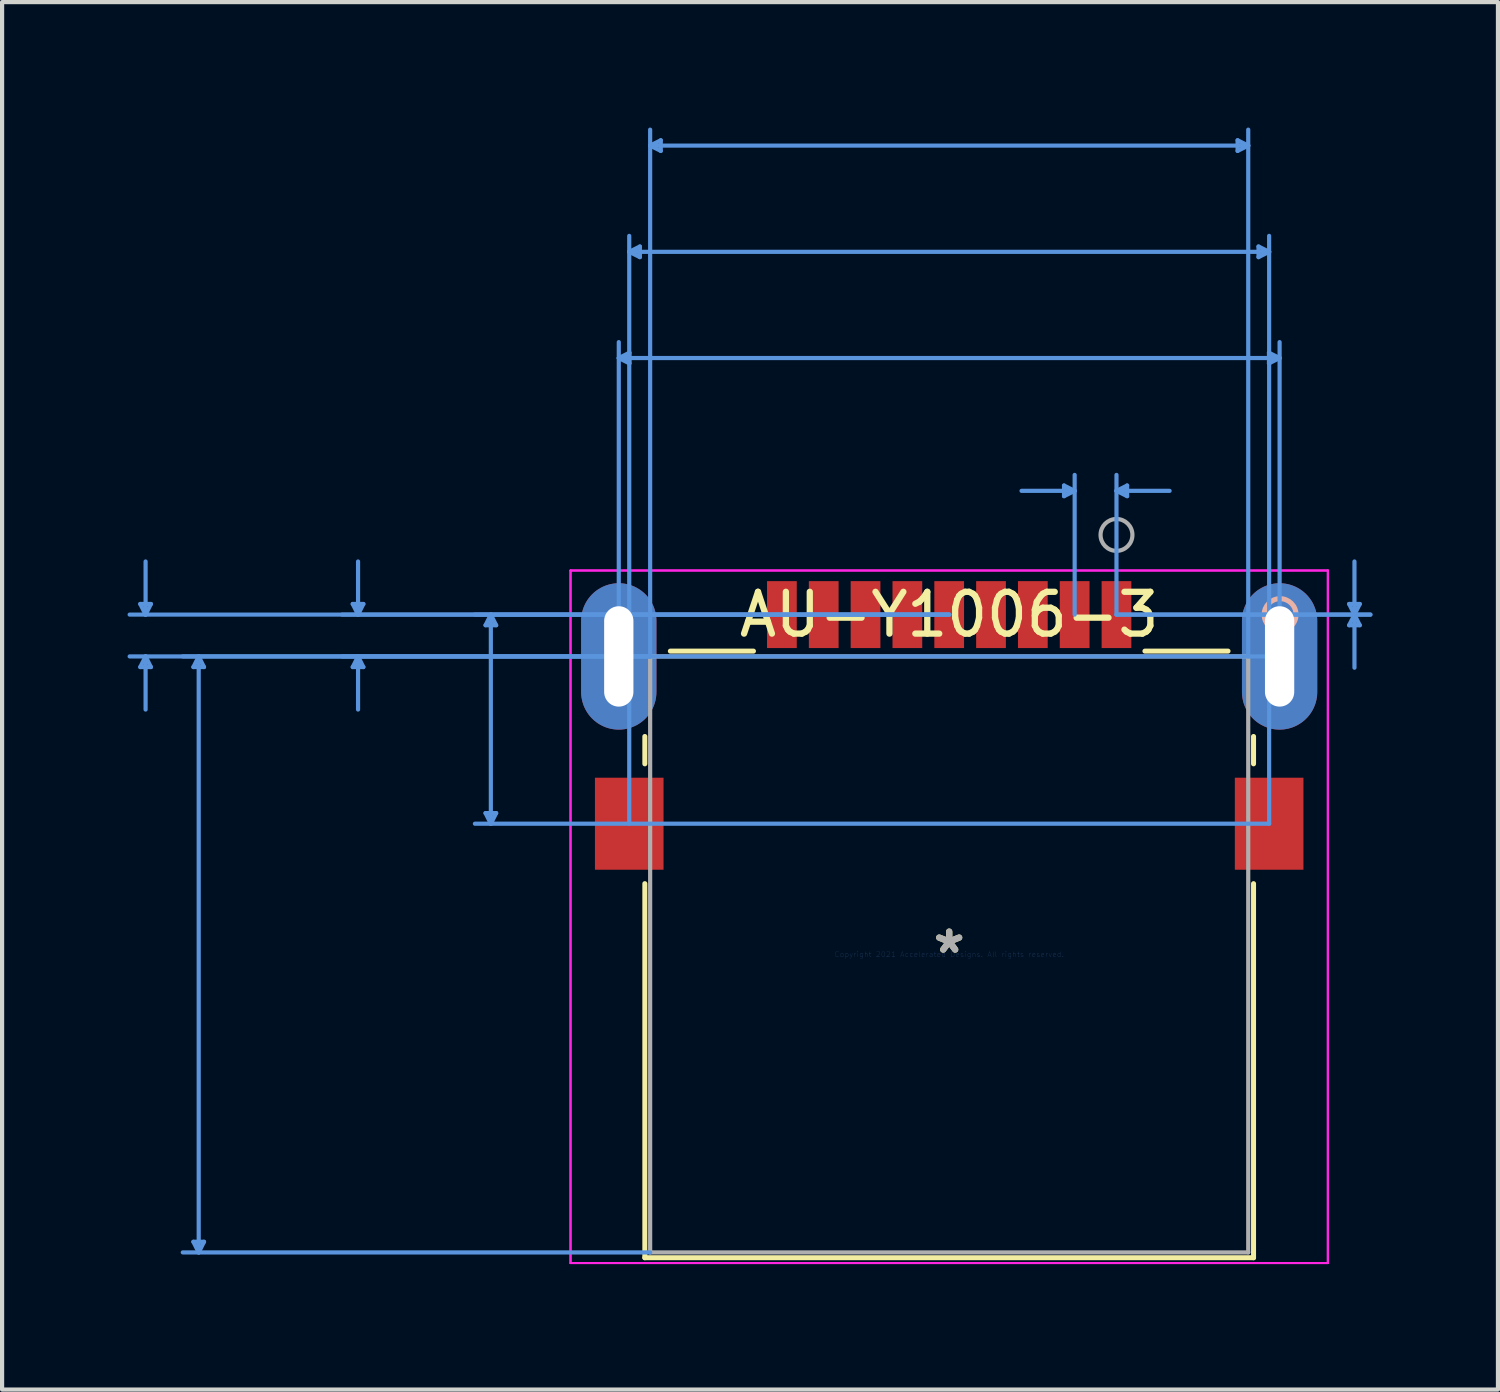
<source format=kicad_pcb>
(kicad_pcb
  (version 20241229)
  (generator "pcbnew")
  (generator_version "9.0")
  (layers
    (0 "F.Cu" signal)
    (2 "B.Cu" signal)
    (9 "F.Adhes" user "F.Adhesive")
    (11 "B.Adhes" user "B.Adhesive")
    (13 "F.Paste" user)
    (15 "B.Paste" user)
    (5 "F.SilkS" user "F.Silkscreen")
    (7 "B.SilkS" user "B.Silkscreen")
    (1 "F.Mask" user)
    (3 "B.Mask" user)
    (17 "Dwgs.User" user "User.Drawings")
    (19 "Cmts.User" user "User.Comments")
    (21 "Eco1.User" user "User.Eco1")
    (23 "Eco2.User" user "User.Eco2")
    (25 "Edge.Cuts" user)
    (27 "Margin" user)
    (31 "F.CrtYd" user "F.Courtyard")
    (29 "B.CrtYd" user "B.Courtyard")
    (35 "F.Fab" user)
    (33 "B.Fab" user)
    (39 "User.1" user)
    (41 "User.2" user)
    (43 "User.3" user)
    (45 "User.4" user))
  (footprint "AU-Y1006-3"
    (layer "F.Cu")
    (at 19.645 19.77)
    (property "Reference" "AU-Y1006-3" (at 0 -8.125 0) (layer "F.SilkS") (effects (font (size 1 1) (thickness 0.15))))
    (attr through_hole)
    (fp_line (start -7.277 -5.211) (end -7.277 -4.557) (stroke (width 0.12) (type solid)) (layer "F.SilkS"))
    (fp_line (start -7.277 -1.692) (end -7.277 7.252) (stroke (width 0.12) (type solid)) (layer "F.SilkS"))
    (fp_line (start -7.277 7.252) (end 7.277 7.252) (stroke (width 0.12) (type solid)) (layer "F.SilkS"))
    (fp_line (start -4.68 -7.252) (end -6.667 -7.252) (stroke (width 0.12) (type solid)) (layer "F.SilkS"))
    (fp_line (start 6.667 -7.252) (end 4.68 -7.252) (stroke (width 0.12) (type solid)) (layer "F.SilkS"))
    (fp_line (start 7.277 -4.557) (end 7.277 -5.211) (stroke (width 0.12) (type solid)) (layer "F.SilkS"))
    (fp_line (start 7.277 7.252) (end 7.277 -1.692) (stroke (width 0.12) (type solid)) (layer "F.SilkS"))
    (fp_circle (center 7.912 -8.125) (end 8.293 -8.125) (stroke (width 0.12) (type solid)) (fill no) (layer "B.SilkS"))
    (fp_line (start -19.341 -8.379) (end -19.087 -8.379) (stroke (width 0.1) (type solid)) (layer "Cmts.User"))
    (fp_line (start -19.341 -6.871) (end -19.087 -6.871) (stroke (width 0.1) (type solid)) (layer "Cmts.User"))
    (fp_line (start -19.214 -8.125) (end -19.341 -8.379) (stroke (width 0.1) (type solid)) (layer "Cmts.User"))
    (fp_line (start -19.214 -8.125) (end -19.214 -9.395) (stroke (width 0.1) (type solid)) (layer "Cmts.User"))
    (fp_line (start -19.214 -8.125) (end -19.087 -8.379) (stroke (width 0.1) (type solid)) (layer "Cmts.User"))
    (fp_line (start -19.214 -7.125) (end -19.341 -6.871) (stroke (width 0.1) (type solid)) (layer "Cmts.User"))
    (fp_line (start -19.214 -7.125) (end -19.214 -5.855) (stroke (width 0.1) (type solid)) (layer "Cmts.User"))
    (fp_line (start -19.214 -7.125) (end -19.087 -6.871) (stroke (width 0.1) (type solid)) (layer "Cmts.User"))
    (fp_line (start -18.071 -6.871) (end -17.817 -6.871) (stroke (width 0.1) (type solid)) (layer "Cmts.User"))
    (fp_line (start -18.071 6.871) (end -17.817 6.871) (stroke (width 0.1) (type solid)) (layer "Cmts.User"))
    (fp_line (start -17.944 -7.125) (end -18.071 -6.871) (stroke (width 0.1) (type solid)) (layer "Cmts.User"))
    (fp_line (start -17.944 -7.125) (end -17.944 7.125) (stroke (width 0.1) (type solid)) (layer "Cmts.User"))
    (fp_line (start -17.944 -7.125) (end -17.817 -6.871) (stroke (width 0.1) (type solid)) (layer "Cmts.User"))
    (fp_line (start -17.944 7.125) (end -18.071 6.871) (stroke (width 0.1) (type solid)) (layer "Cmts.User"))
    (fp_line (start -17.944 7.125) (end -17.817 6.871) (stroke (width 0.1) (type solid)) (layer "Cmts.User"))
    (fp_line (start -14.261 -8.379) (end -14.007 -8.379) (stroke (width 0.1) (type solid)) (layer "Cmts.User"))
    (fp_line (start -14.261 -6.871) (end -14.007 -6.871) (stroke (width 0.1) (type solid)) (layer "Cmts.User"))
    (fp_line (start -14.134 -8.125) (end -14.261 -8.379) (stroke (width 0.1) (type solid)) (layer "Cmts.User"))
    (fp_line (start -14.134 -8.125) (end -14.134 -9.395) (stroke (width 0.1) (type solid)) (layer "Cmts.User"))
    (fp_line (start -14.134 -8.125) (end -14.007 -8.379) (stroke (width 0.1) (type solid)) (layer "Cmts.User"))
    (fp_line (start -14.134 -7.125) (end -14.261 -6.871) (stroke (width 0.1) (type solid)) (layer "Cmts.User"))
    (fp_line (start -14.134 -7.125) (end -14.134 -5.855) (stroke (width 0.1) (type solid)) (layer "Cmts.User"))
    (fp_line (start -14.134 -7.125) (end -14.007 -6.871) (stroke (width 0.1) (type solid)) (layer "Cmts.User"))
    (fp_line (start -11.086 -7.871) (end -10.832 -7.871) (stroke (width 0.1) (type solid)) (layer "Cmts.User"))
    (fp_line (start -11.086 -3.379) (end -10.832 -3.379) (stroke (width 0.1) (type solid)) (layer "Cmts.User"))
    (fp_line (start -10.959 -8.125) (end -11.086 -7.871) (stroke (width 0.1) (type solid)) (layer "Cmts.User"))
    (fp_line (start -10.959 -8.125) (end -10.959 -3.125) (stroke (width 0.1) (type solid)) (layer "Cmts.User"))
    (fp_line (start -10.959 -8.125) (end -10.832 -7.871) (stroke (width 0.1) (type solid)) (layer "Cmts.User"))
    (fp_line (start -10.959 -3.125) (end -11.086 -3.379) (stroke (width 0.1) (type solid)) (layer "Cmts.User"))
    (fp_line (start -10.959 -3.125) (end -10.832 -3.379) (stroke (width 0.1) (type solid)) (layer "Cmts.User"))
    (fp_line (start -7.9 -14.259) (end -7.646 -14.386) (stroke (width 0.1) (type solid)) (layer "Cmts.User"))
    (fp_line (start -7.9 -14.259) (end -7.646 -14.132) (stroke (width 0.1) (type solid)) (layer "Cmts.User"))
    (fp_line (start -7.9 -14.259) (end 7.9 -14.259) (stroke (width 0.1) (type solid)) (layer "Cmts.User"))
    (fp_line (start -7.9 -7.125) (end -7.9 -14.64) (stroke (width 0.1) (type solid)) (layer "Cmts.User"))
    (fp_line (start -7.65 -16.799) (end -7.396 -16.926) (stroke (width 0.1) (type solid)) (layer "Cmts.User"))
    (fp_line (start -7.65 -16.799) (end -7.396 -16.672) (stroke (width 0.1) (type solid)) (layer "Cmts.User"))
    (fp_line (start -7.65 -16.799) (end 7.65 -16.799) (stroke (width 0.1) (type solid)) (layer "Cmts.User"))
    (fp_line (start -7.65 -3.125) (end -7.65 -17.18) (stroke (width 0.1) (type solid)) (layer "Cmts.User"))
    (fp_line (start -7.646 -14.386) (end -7.646 -14.132) (stroke (width 0.1) (type solid)) (layer "Cmts.User"))
    (fp_line (start -7.396 -16.926) (end -7.396 -16.672) (stroke (width 0.1) (type solid)) (layer "Cmts.User"))
    (fp_line (start -7.15 -19.339) (end -6.896 -19.466) (stroke (width 0.1) (type solid)) (layer "Cmts.User"))
    (fp_line (start -7.15 -19.339) (end -6.896 -19.212) (stroke (width 0.1) (type solid)) (layer "Cmts.User"))
    (fp_line (start -7.15 -19.339) (end 7.15 -19.339) (stroke (width 0.1) (type solid)) (layer "Cmts.User"))
    (fp_line (start -7.15 -7.125) (end -19.595 -7.125) (stroke (width 0.1) (type solid)) (layer "Cmts.User"))
    (fp_line (start -7.15 -7.125) (end -18.325 -7.125) (stroke (width 0.1) (type solid)) (layer "Cmts.User"))
    (fp_line (start -7.15 -7.125) (end -7.15 -19.72) (stroke (width 0.1) (type solid)) (layer "Cmts.User"))
    (fp_line (start -7.15 7.125) (end -18.325 7.125) (stroke (width 0.1) (type solid)) (layer "Cmts.User"))
    (fp_line (start -6.896 -19.466) (end -6.896 -19.212) (stroke (width 0.1) (type solid)) (layer "Cmts.User"))
    (fp_line (start 0 -8.125) (end -19.595 -8.125) (stroke (width 0.1) (type solid)) (layer "Cmts.User"))
    (fp_line (start 0 -8.125) (end -14.515 -8.125) (stroke (width 0.1) (type solid)) (layer "Cmts.User"))
    (fp_line (start 0 -8.125) (end -11.34 -8.125) (stroke (width 0.1) (type solid)) (layer "Cmts.User"))
    (fp_line (start 2.746 -11.211) (end 2.746 -10.957) (stroke (width 0.1) (type solid)) (layer "Cmts.User"))
    (fp_line (start 3 -11.084) (end 1.73 -11.084) (stroke (width 0.1) (type solid)) (layer "Cmts.User"))
    (fp_line (start 3 -11.084) (end 2.746 -11.211) (stroke (width 0.1) (type solid)) (layer "Cmts.User"))
    (fp_line (start 3 -11.084) (end 2.746 -10.957) (stroke (width 0.1) (type solid)) (layer "Cmts.User"))
    (fp_line (start 3 -8.125) (end 3 -11.465) (stroke (width 0.1) (type solid)) (layer "Cmts.User"))
    (fp_line (start 4 -11.084) (end 4.254 -11.211) (stroke (width 0.1) (type solid)) (layer "Cmts.User"))
    (fp_line (start 4 -11.084) (end 4.254 -10.957) (stroke (width 0.1) (type solid)) (layer "Cmts.User"))
    (fp_line (start 4 -11.084) (end 5.27 -11.084) (stroke (width 0.1) (type solid)) (layer "Cmts.User"))
    (fp_line (start 4 -8.125) (end 4 -11.465) (stroke (width 0.1) (type solid)) (layer "Cmts.User"))
    (fp_line (start 4 -8.125) (end 10.071 -8.125) (stroke (width 0.1) (type solid)) (layer "Cmts.User"))
    (fp_line (start 4 -8.125) (end 10.071 -8.125) (stroke (width 0.1) (type solid)) (layer "Cmts.User"))
    (fp_line (start 4.254 -11.211) (end 4.254 -10.957) (stroke (width 0.1) (type solid)) (layer "Cmts.User"))
    (fp_line (start 6.896 -19.466) (end 6.896 -19.212) (stroke (width 0.1) (type solid)) (layer "Cmts.User"))
    (fp_line (start 7.15 -19.339) (end 6.896 -19.466) (stroke (width 0.1) (type solid)) (layer "Cmts.User"))
    (fp_line (start 7.15 -19.339) (end 6.896 -19.212) (stroke (width 0.1) (type solid)) (layer "Cmts.User"))
    (fp_line (start 7.15 -7.125) (end 7.15 -19.72) (stroke (width 0.1) (type solid)) (layer "Cmts.User"))
    (fp_line (start 7.396 -16.926) (end 7.396 -16.672) (stroke (width 0.1) (type solid)) (layer "Cmts.User"))
    (fp_line (start 7.646 -14.386) (end 7.646 -14.132) (stroke (width 0.1) (type solid)) (layer "Cmts.User"))
    (fp_line (start 7.65 -16.799) (end 7.396 -16.926) (stroke (width 0.1) (type solid)) (layer "Cmts.User"))
    (fp_line (start 7.65 -16.799) (end 7.396 -16.672) (stroke (width 0.1) (type solid)) (layer "Cmts.User"))
    (fp_line (start 7.65 -3.125) (end -11.34 -3.125) (stroke (width 0.1) (type solid)) (layer "Cmts.User"))
    (fp_line (start 7.65 -3.125) (end 7.65 -17.18) (stroke (width 0.1) (type solid)) (layer "Cmts.User"))
    (fp_line (start 7.9 -14.259) (end 7.646 -14.386) (stroke (width 0.1) (type solid)) (layer "Cmts.User"))
    (fp_line (start 7.9 -14.259) (end 7.646 -14.132) (stroke (width 0.1) (type solid)) (layer "Cmts.User"))
    (fp_line (start 7.9 -7.125) (end -14.515 -7.125) (stroke (width 0.1) (type solid)) (layer "Cmts.User"))
    (fp_line (start 7.9 -7.125) (end 7.9 -14.64) (stroke (width 0.1) (type solid)) (layer "Cmts.User"))
    (fp_line (start 9.563 -8.379) (end 9.817 -8.379) (stroke (width 0.1) (type solid)) (layer "Cmts.User"))
    (fp_line (start 9.563 -7.871) (end 9.817 -7.871) (stroke (width 0.1) (type solid)) (layer "Cmts.User"))
    (fp_line (start 9.69 -8.125) (end 9.563 -8.379) (stroke (width 0.1) (type solid)) (layer "Cmts.User"))
    (fp_line (start 9.69 -8.125) (end 9.563 -7.871) (stroke (width 0.1) (type solid)) (layer "Cmts.User"))
    (fp_line (start 9.69 -8.125) (end 9.69 -9.395) (stroke (width 0.1) (type solid)) (layer "Cmts.User"))
    (fp_line (start 9.69 -8.125) (end 9.69 -6.855) (stroke (width 0.1) (type solid)) (layer "Cmts.User"))
    (fp_line (start 9.69 -8.125) (end 9.817 -8.379) (stroke (width 0.1) (type solid)) (layer "Cmts.User"))
    (fp_line (start 9.69 -8.125) (end 9.817 -7.871) (stroke (width 0.1) (type solid)) (layer "Cmts.User"))
    (fp_line (start -9.054 -9.179) (end -9.054 7.379) (stroke (width 0.05) (type solid)) (layer "F.CrtYd"))
    (fp_line (start -9.054 -9.179) (end -9.054 7.379) (stroke (width 0.05) (type solid)) (layer "F.CrtYd"))
    (fp_line (start -9.054 7.379) (end 9.054 7.379) (stroke (width 0.05) (type solid)) (layer "F.CrtYd"))
    (fp_line (start -9.054 7.379) (end 9.054 7.379) (stroke (width 0.05) (type solid)) (layer "F.CrtYd"))
    (fp_line (start 9.054 -9.179) (end -9.054 -9.179) (stroke (width 0.05) (type solid)) (layer "F.CrtYd"))
    (fp_line (start 9.054 -9.179) (end -9.054 -9.179) (stroke (width 0.05) (type solid)) (layer "F.CrtYd"))
    (fp_line (start 9.054 7.379) (end 9.054 -9.179) (stroke (width 0.05) (type solid)) (layer "F.CrtYd"))
    (fp_line (start 9.054 7.379) (end 9.054 -9.179) (stroke (width 0.05) (type solid)) (layer "F.CrtYd"))
    (fp_line (start -7.15 -7.125) (end -7.15 7.125) (stroke (width 0.1) (type solid)) (layer "F.Fab"))
    (fp_line (start -7.15 7.125) (end 7.15 7.125) (stroke (width 0.1) (type solid)) (layer "F.Fab"))
    (fp_line (start 7.15 -7.125) (end -7.15 -7.125) (stroke (width 0.1) (type solid)) (layer "F.Fab"))
    (fp_line (start 7.15 7.125) (end 7.15 -7.125) (stroke (width 0.1) (type solid)) (layer "F.Fab"))
    (fp_circle (center 4 -10.03) (end 4.381 -10.03) (stroke (width 0.1) (type solid)) (fill no) (layer "F.Fab"))
    (fp_text user "*" (at 0 0 0) (layer "F.SilkS") (effects (font (size 1 1) (thickness 0.15))))
    (fp_text user "Copyright 2021 Accelerated Designs. All rights reserved." (at 0 0 0) (layer "Cmts.User") (effects (font (size 0.127 0.127) (thickness 0.002))))
    (fp_text user "*" (at 0 0 0) (layer "F.Fab") (effects (font (size 1 1) (thickness 0.15))))
    (pad "1" smd rect (at 4 -8.125) (size 0.711 1.6) (layers "F.Cu" "F.Mask" "F.Paste"))
    (pad "2" smd rect (at 3 -8.125) (size 0.711 1.6) (layers "F.Cu" "F.Mask" "F.Paste"))
    (pad "3" smd rect (at 2 -8.125) (size 0.711 1.6) (layers "F.Cu" "F.Mask" "F.Paste"))
    (pad "4" smd rect (at 1 -8.125) (size 0.711 1.6) (layers "F.Cu" "F.Mask" "F.Paste"))
    (pad "5" smd rect (at 0 -8.125) (size 0.711 1.6) (layers "F.Cu" "F.Mask" "F.Paste"))
    (pad "6" smd rect (at -1 -8.125) (size 0.711 1.6) (layers "F.Cu" "F.Mask" "F.Paste"))
    (pad "7" smd rect (at -2 -8.125) (size 0.711 1.6) (layers "F.Cu" "F.Mask" "F.Paste"))
    (pad "8" smd rect (at -3 -8.125) (size 0.711 1.6) (layers "F.Cu" "F.Mask" "F.Paste"))
    (pad "9" smd rect (at -4 -8.125) (size 0.711 1.6) (layers "F.Cu" "F.Mask" "F.Paste"))
    (pad "10" smd rect (at -7.65 -3.125) (size 1.64 2.2) (layers "F.Cu" "F.Mask" "F.Paste"))
    (pad "11" smd rect (at 7.65 -3.125) (size 1.64 2.2) (layers "F.Cu" "F.Mask" "F.Paste"))
    (pad "S_8" thru_hole oval (at 7.9 -7.125 90) (size 3.5 1.8) (drill oval 2.4 0.7) (layers "*.Cu" "*.Mask"))
    (pad "S_9" thru_hole oval (at -7.9 -7.125 90) (size 3.5 1.8) (drill oval 2.4 0.7) (layers "*.Cu" "*.Mask")))
  (gr_rect
    (start -3 -3)
    (end 32.766 30.174)
    (stroke (width 0.1) (type default))
    (fill no)
    (layer "Edge.Cuts")))
</source>
